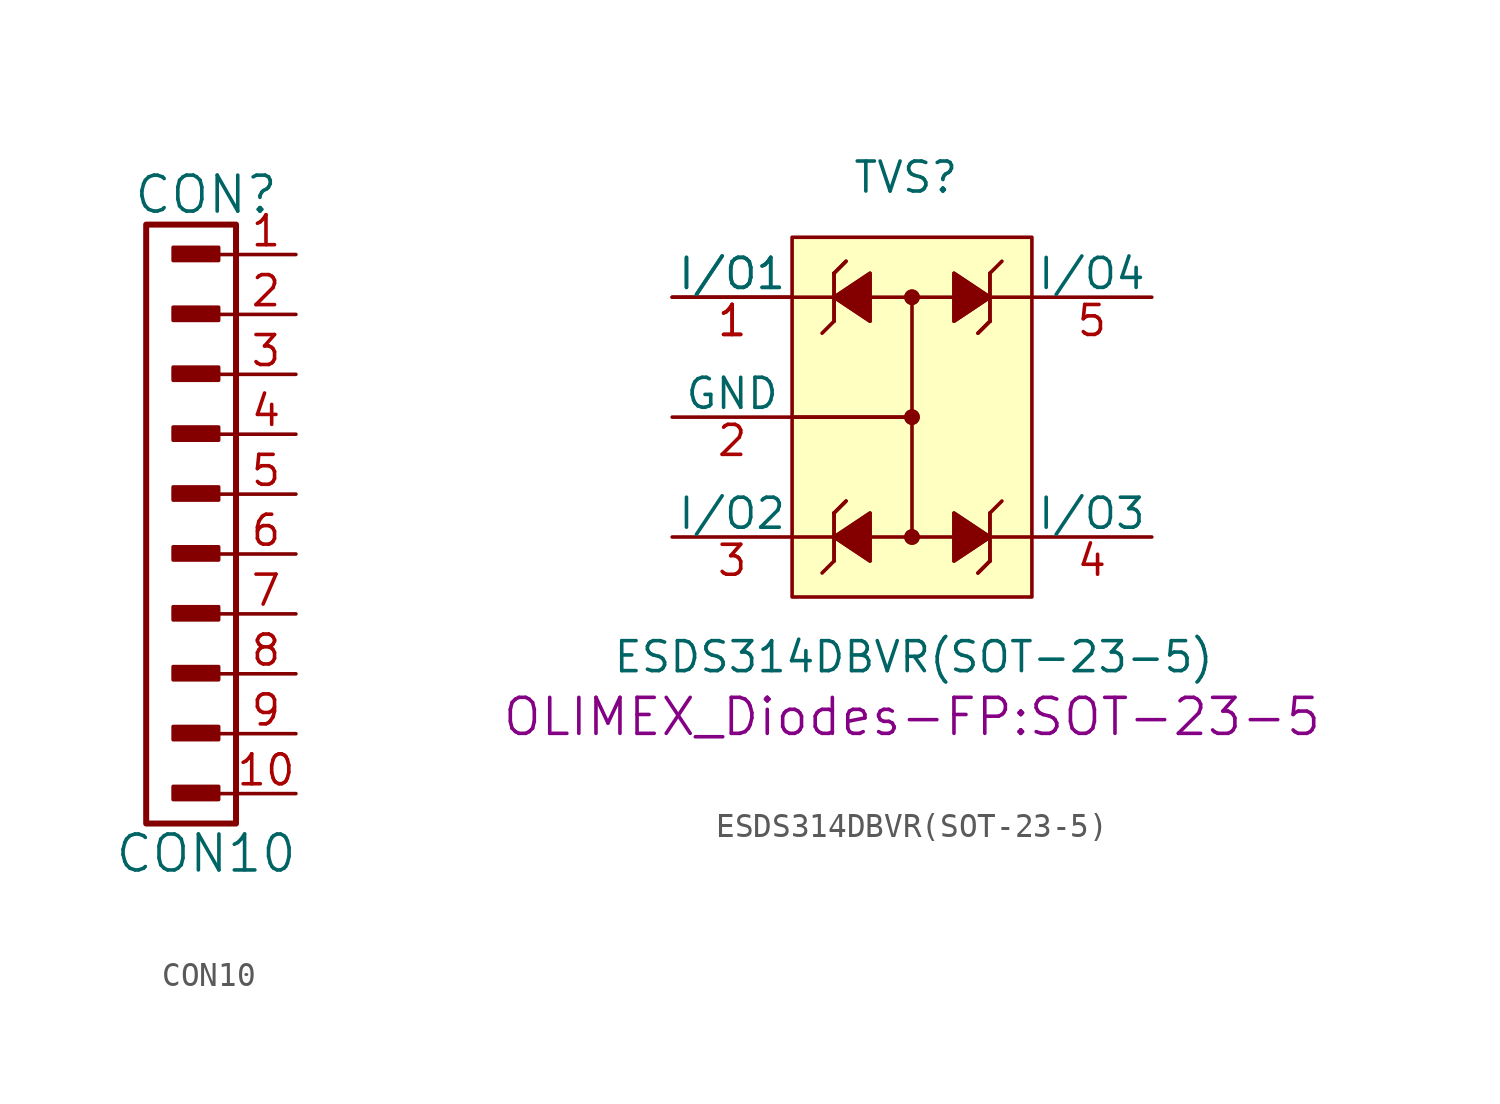
<source format=kicad_sym>
(kicad_symbol_lib
  (version 20231120)
  (generator "kicad_symbol_editor")
  (generator_version "8.0")
  (symbol "CON10"
    (pin_names
      (offset 1.016))
    (property "Reference" "CON"
      (at -1.27 12.7 0)
      (effects (font (size 1.524 1.524))))
    (property "Value" "CON10"
      (at -1.27 -15.24 0)
      (effects (font (size 1.524 1.524))))
    (property "Footprint" ""
      (at -1.905 8.89 0)
      (effects (font (size 1.524 1.524))))
    (property "Datasheet" ""
      (at -1.905 8.89 0)
      (effects (font (size 1.524 1.524))))
    (symbol "CON10_0_0"
      (rectangle (start -2.642 -12.852) (end -0.864 -12.497) (stroke (width 0) (type solid)) (fill (type none)))
      (rectangle (start -2.642 -7.772) (end -0.864 -7.417) (stroke (width 0) (type solid)) (fill (type none)))
      (rectangle (start -2.642 -5.232) (end -0.864 -4.877) (stroke (width 0) (type solid)) (fill (type none)))
      (rectangle (start -2.642 -2.692) (end -0.864 -2.337) (stroke (width 0) (type solid)) (fill (type none)))
      (rectangle (start -2.642 -0.152) (end -0.864 0.203) (stroke (width 0) (type solid)) (fill (type none)))
      (rectangle (start -2.642 2.388) (end -0.864 2.743) (stroke (width 0) (type solid)) (fill (type none)))
      (rectangle (start -2.642 4.928) (end -0.864 5.283) (stroke (width 0) (type solid)) (fill (type none)))
      (rectangle (start -2.642 7.468) (end -0.864 7.823) (stroke (width 0) (type solid)) (fill (type none)))
      (rectangle (start -2.616 -12.751) (end -0.965 -12.649) (stroke (width 0) (type solid)) (fill (type none)))
      (rectangle (start -2.616 -10.312) (end -0.838 -9.957) (stroke (width 0) (type solid)) (fill (type none)))
      (rectangle (start -2.616 -7.671) (end -0.965 -7.569) (stroke (width 0) (type solid)) (fill (type none)))
      (rectangle (start -2.616 -5.131) (end -0.965 -5.029) (stroke (width 0) (type solid)) (fill (type none)))
      (rectangle (start -2.616 -2.591) (end -0.965 -2.489) (stroke (width 0) (type solid)) (fill (type none)))
      (rectangle (start -2.616 -0.051) (end -0.965 0.051) (stroke (width 0) (type solid)) (fill (type none)))
      (rectangle (start -2.616 2.489) (end -0.965 2.591) (stroke (width 0) (type solid)) (fill (type none)))
      (rectangle (start -2.616 5.029) (end -0.965 5.131) (stroke (width 0) (type solid)) (fill (type none)))
      (rectangle (start -2.616 7.569) (end -0.965 7.671) (stroke (width 0) (type solid)) (fill (type none)))
      (rectangle (start -2.616 10.008) (end -0.838 10.363) (stroke (width 0) (type solid)) (fill (type none)))
      (rectangle (start -2.591 -10.185) (end -0.94 -10.084) (stroke (width 0) (type solid)) (fill (type none)))
      (rectangle (start -2.591 10.135) (end -0.94 10.236) (stroke (width 0) (type solid)) (fill (type none)))
      (rectangle (start -0.965 -12.573) (end -2.642 -12.776) (stroke (width 0) (type solid)) (fill (type none)))
      (rectangle (start -0.965 -7.493) (end -2.642 -7.696) (stroke (width 0) (type solid)) (fill (type none)))
      (rectangle (start -0.965 -4.953) (end -2.642 -5.156) (stroke (width 0) (type solid)) (fill (type none)))
      (rectangle (start -0.965 -2.413) (end -2.642 -2.616) (stroke (width 0) (type solid)) (fill (type none)))
      (rectangle (start -0.965 0.127) (end -2.642 -0.076) (stroke (width 0) (type solid)) (fill (type none)))
      (rectangle (start -0.965 2.667) (end -2.642 2.464) (stroke (width 0) (type solid)) (fill (type none)))
      (rectangle (start -0.965 5.207) (end -2.642 5.004) (stroke (width 0) (type solid)) (fill (type none)))
      (rectangle (start -0.965 7.747) (end -2.642 7.544) (stroke (width 0) (type solid)) (fill (type none)))
      (rectangle (start -0.864 -10.058) (end -2.54 -10.262) (stroke (width 0) (type solid)) (fill (type none)))
      (rectangle (start -0.864 10.262) (end -2.54 10.058) (stroke (width 0) (type solid)) (fill (type none)))
      (rectangle (start -0.737 -12.395) (end -2.667 -12.954) (stroke (width 0) (type solid)) (fill (type none)))
      (rectangle (start -0.737 -9.855) (end -2.667 -10.414) (stroke (width 0) (type solid)) (fill (type none)))
      (rectangle (start -0.737 -7.315) (end -2.667 -7.874) (stroke (width 0) (type solid)) (fill (type none)))
      (rectangle (start -0.737 -4.775) (end -2.667 -5.334) (stroke (width 0) (type solid)) (fill (type none)))
      (rectangle (start -0.737 -2.235) (end -2.667 -2.794) (stroke (width 0) (type solid)) (fill (type none)))
      (rectangle (start -0.737 0.305) (end -2.667 -0.254) (stroke (width 0) (type solid)) (fill (type none)))
      (rectangle (start -0.737 2.845) (end -2.667 2.286) (stroke (width 0) (type solid)) (fill (type none)))
      (rectangle (start -0.737 5.385) (end -2.667 4.826) (stroke (width 0) (type solid)) (fill (type none)))
      (rectangle (start -0.737 7.925) (end -2.667 7.366) (stroke (width 0) (type solid)) (fill (type none)))
      (rectangle (start -0.737 10.465) (end -2.667 9.906) (stroke (width 0) (type solid)) (fill (type none)))
      (polyline (pts (xy 0 -12.7) (xy -0.762 -12.7)) (stroke (width 0) (type solid)) (fill (type none)))
      (polyline (pts (xy 0 -10.16) (xy -0.762 -10.16)) (stroke (width 0) (type solid)) (fill (type none)))
      (polyline (pts (xy 0 -7.62) (xy -0.762 -7.62)) (stroke (width 0) (type solid)) (fill (type none)))
      (polyline (pts (xy 0 -5.08) (xy -0.762 -5.08)) (stroke (width 0) (type solid)) (fill (type none)))
      (polyline (pts (xy 0 -2.54) (xy -0.762 -2.54)) (stroke (width 0) (type solid)) (fill (type none)))
      (polyline (pts (xy 0 0) (xy -0.762 0)) (stroke (width 0) (type solid)) (fill (type none)))
      (polyline (pts (xy 0 2.54) (xy -0.762 2.54)) (stroke (width 0) (type solid)) (fill (type none)))
      (polyline (pts (xy 0 5.08) (xy -0.762 5.08)) (stroke (width 0) (type solid)) (fill (type none)))
      (polyline (pts (xy 0 7.62) (xy -0.762 7.62)) (stroke (width 0) (type solid)) (fill (type none)))
      (polyline (pts (xy 0 10.16) (xy -0.762 10.16)) (stroke (width 0) (type solid)) (fill (type none))))
    (symbol "CON10_0_1"
      (rectangle (start 0 11.43) (end -3.81 -13.97) (stroke (width 0.254) (type solid)) (fill (type none))))
    (symbol "CON10_1_1"
      (pin passive line (at 2.54 10.16 180) (length 2.54) (name "~" (effects (font (size 1.27 1.27)))) (number "1" (effects (font (size 1.27 1.27)))))
      (pin passive line (at 2.54 -12.7 180) (length 2.54) (name "~" (effects (font (size 1.27 1.27)))) (number "10" (effects (font (size 1.27 1.27)))))
      (pin passive line (at 2.54 7.62 180) (length 2.54) (name "~" (effects (font (size 1.27 1.27)))) (number "2" (effects (font (size 1.27 1.27)))))
      (pin passive line (at 2.54 5.08 180) (length 2.54) (name "~" (effects (font (size 1.27 1.27)))) (number "3" (effects (font (size 1.27 1.27)))))
      (pin passive line (at 2.54 2.54 180) (length 2.54) (name "~" (effects (font (size 1.27 1.27)))) (number "4" (effects (font (size 1.27 1.27)))))
      (pin passive line (at 2.54 0 180) (length 2.54) (name "~" (effects (font (size 1.27 1.27)))) (number "5" (effects (font (size 1.27 1.27)))))
      (pin passive line (at 2.54 -2.54 180) (length 2.54) (name "~" (effects (font (size 1.27 1.27)))) (number "6" (effects (font (size 1.27 1.27)))))
      (pin passive line (at 2.54 -5.08 180) (length 2.54) (name "~" (effects (font (size 1.27 1.27)))) (number "7" (effects (font (size 1.27 1.27)))))
      (pin passive line (at 2.54 -7.62 180) (length 2.54) (name "~" (effects (font (size 1.27 1.27)))) (number "8" (effects (font (size 1.27 1.27)))))
      (pin passive line (at 2.54 -10.16 180) (length 2.54) (name "~" (effects (font (size 1.27 1.27)))) (number "9" (effects (font (size 1.27 1.27)))))))
  (symbol "ESDS314DBVR(SOT-23-5)"
    (pin_names
      (offset 0))
    (property "Reference" "TVS"
      (at -2.54 10.16 0)
      (effects (font (size 1.27 1.27)) (justify left)))
    (property "Value" "ESDS314DBVR(SOT-23-5)"
      (at -12.7 -10.16 0)
      (effects (font (size 1.27 1.27)) (justify left)))
    (property "Footprint" "OLIMEX_Diodes-FP:SOT-23-5"
      (at 0 -12.7 0)
      (effects (font (size 1.524 1.524))))
    (property "Datasheet" ""
      (at -2.54 5.08 90)
      (effects (font (size 1.524 1.524))))
    (symbol "ESDS314DBVR(SOT-23-5)_0_1"
      (rectangle (start -5.08 7.62) (end 5.08 -7.62) (stroke (width 0) (type solid)) (fill (type background)))
      (circle (center 0 -5.08) (radius 0.254) (stroke (width 0) (type solid)) (fill (type outline)))
      (circle (center 0 -5.08) (radius 0.254) (stroke (width 0) (type solid)) (fill (type outline)))
      (polyline (pts (xy -5.08 5.08) (xy 5.08 5.08)) (stroke (width 0) (type solid)) (fill (type none)))
      (polyline (pts (xy -3.302 -6.096) (xy -3.81 -6.604)) (stroke (width 0) (type solid)) (fill (type none)))
      (polyline (pts (xy -3.302 -6.096) (xy -3.302 -4.064)) (stroke (width 0) (type solid)) (fill (type none)))
      (polyline (pts (xy -3.302 -6.096) (xy -3.302 -4.064)) (stroke (width 0) (type solid)) (fill (type none)))
      (polyline (pts (xy -3.302 -4.064) (xy -3.302 -4.064)) (stroke (width 0) (type solid)) (fill (type none)))
      (polyline (pts (xy -3.302 -4.064) (xy -3.302 -4.064)) (stroke (width 0) (type solid)) (fill (type none)))
      (polyline (pts (xy -3.302 -4.064) (xy -2.794 -3.556)) (stroke (width 0) (type solid)) (fill (type none)))
      (polyline (pts (xy -3.302 -4.064) (xy -2.794 -3.556)) (stroke (width 0) (type solid)) (fill (type none)))
      (polyline (pts (xy -3.302 4.064) (xy -3.81 3.556)) (stroke (width 0) (type solid)) (fill (type none)))
      (polyline (pts (xy -3.302 4.064) (xy -3.302 6.096)) (stroke (width 0) (type solid)) (fill (type none)))
      (polyline (pts (xy -3.302 4.064) (xy -3.302 6.096)) (stroke (width 0) (type solid)) (fill (type none)))
      (polyline (pts (xy -3.302 6.096) (xy -3.302 6.096)) (stroke (width 0) (type solid)) (fill (type none)))
      (polyline (pts (xy -3.302 6.096) (xy -3.302 6.096)) (stroke (width 0) (type solid)) (fill (type none)))
      (polyline (pts (xy -3.302 6.096) (xy -2.794 6.604)) (stroke (width 0) (type solid)) (fill (type none)))
      (polyline (pts (xy -3.302 6.096) (xy -2.794 6.604)) (stroke (width 0) (type solid)) (fill (type none)))
      (polyline (pts (xy 0 0) (xy -5.08 0)) (stroke (width 0) (type solid)) (fill (type none)))
      (polyline (pts (xy 0 0) (xy -5.08 0)) (stroke (width 0) (type solid)) (fill (type none)))
      (polyline (pts (xy 0 5.08) (xy 0 -5.08)) (stroke (width 0) (type solid)) (fill (type none)))
      (polyline (pts (xy 3.302 -6.096) (xy 2.794 -6.604)) (stroke (width 0) (type solid)) (fill (type none)))
      (polyline (pts (xy 3.302 -6.096) (xy 2.794 -6.604)) (stroke (width 0) (type solid)) (fill (type none)))
      (polyline (pts (xy 3.302 -6.096) (xy 3.302 -6.096)) (stroke (width 0) (type solid)) (fill (type none)))
      (polyline (pts (xy 3.302 -6.096) (xy 3.302 -6.096)) (stroke (width 0) (type solid)) (fill (type none)))
      (polyline (pts (xy 3.302 -4.064) (xy 3.302 -6.096)) (stroke (width 0) (type solid)) (fill (type none)))
      (polyline (pts (xy 3.302 -4.064) (xy 3.302 -6.096)) (stroke (width 0) (type solid)) (fill (type none)))
      (polyline (pts (xy 3.302 -4.064) (xy 3.81 -3.556)) (stroke (width 0) (type solid)) (fill (type none)))
      (polyline (pts (xy 3.302 4.064) (xy 2.794 3.556)) (stroke (width 0) (type solid)) (fill (type none)))
      (polyline (pts (xy 3.302 4.064) (xy 2.794 3.556)) (stroke (width 0) (type solid)) (fill (type none)))
      (polyline (pts (xy 3.302 4.064) (xy 3.302 4.064)) (stroke (width 0) (type solid)) (fill (type none)))
      (polyline (pts (xy 3.302 4.064) (xy 3.302 4.064)) (stroke (width 0) (type solid)) (fill (type none)))
      (polyline (pts (xy 3.302 6.096) (xy 3.302 4.064)) (stroke (width 0) (type solid)) (fill (type none)))
      (polyline (pts (xy 3.302 6.096) (xy 3.302 4.064)) (stroke (width 0) (type solid)) (fill (type none)))
      (polyline (pts (xy 3.302 6.096) (xy 3.81 6.604)) (stroke (width 0) (type solid)) (fill (type none)))
      (polyline (pts (xy 5.08 -5.08) (xy -5.08 -5.08)) (stroke (width 0) (type solid)) (fill (type none)))
      (polyline (pts (xy -1.778 -6.096) (xy -3.302 -5.08) (xy -1.778 -4.064) (xy -1.778 -6.096)) (stroke (width 0) (type solid)) (fill (type outline)))
      (polyline (pts (xy -1.778 -6.096) (xy -3.302 -5.08) (xy -1.778 -4.064) (xy -1.778 -6.096)) (stroke (width 0) (type solid)) (fill (type outline)))
      (polyline (pts (xy -1.778 4.064) (xy -3.302 5.08) (xy -1.778 6.096) (xy -1.778 4.064)) (stroke (width 0) (type solid)) (fill (type outline)))
      (polyline (pts (xy -1.778 4.064) (xy -3.302 5.08) (xy -1.778 6.096) (xy -1.778 4.064)) (stroke (width 0) (type solid)) (fill (type outline)))
      (polyline (pts (xy 1.778 -4.064) (xy 3.302 -5.08) (xy 1.778 -6.096) (xy 1.778 -4.064)) (stroke (width 0) (type solid)) (fill (type outline)))
      (polyline (pts (xy 1.778 -4.064) (xy 3.302 -5.08) (xy 1.778 -6.096) (xy 1.778 -4.064)) (stroke (width 0) (type solid)) (fill (type outline)))
      (polyline (pts (xy 1.778 6.096) (xy 3.302 5.08) (xy 1.778 4.064) (xy 1.778 6.096)) (stroke (width 0) (type solid)) (fill (type outline)))
      (polyline (pts (xy 1.778 6.096) (xy 3.302 5.08) (xy 1.778 4.064) (xy 1.778 6.096)) (stroke (width 0) (type solid)) (fill (type outline)))
      (circle (center 0 0) (radius 0.254) (stroke (width 0) (type solid)) (fill (type outline)))
      (circle (center 0 0) (radius 0.254) (stroke (width 0) (type solid)) (fill (type outline)))
      (circle (center 0 5.08) (radius 0.254) (stroke (width 0) (type solid)) (fill (type outline)))
      (circle (center 0 5.08) (radius 0.254) (stroke (width 0) (type solid)) (fill (type outline))))
    (symbol "ESDS314DBVR(SOT-23-5)_1_1"
      (pin passive line (at -10.16 5.08 0) (length 5.08) (name "I/O1" (effects (font (size 1.27 1.27)))) (number "1" (effects (font (size 1.27 1.27)))))
      (pin passive line (at -10.16 5.08 0) (length 5.08) (name "I/O1" (effects (font (size 1.27 1.27)))) (number "1" (effects (font (size 1.27 1.27)))))
      (pin passive line (at -10.16 0 0) (length 5.08) (name "GND" (effects (font (size 1.27 1.27)))) (number "2" (effects (font (size 1.27 1.27)))))
      (pin passive line (at -10.16 -5.08 0) (length 5.08) (name "I/O2" (effects (font (size 1.27 1.27)))) (number "3" (effects (font (size 1.27 1.27)))))
      (pin passive line (at 10.16 -5.08 180) (length 5.08) (name "I/O3" (effects (font (size 1.27 1.27)))) (number "4" (effects (font (size 1.27 1.27)))))
      (pin passive line (at 10.16 5.08 180) (length 5.08) (name "I/O4" (effects (font (size 1.27 1.27)))) (number "5" (effects (font (size 1.27 1.27))))))))
</source>
